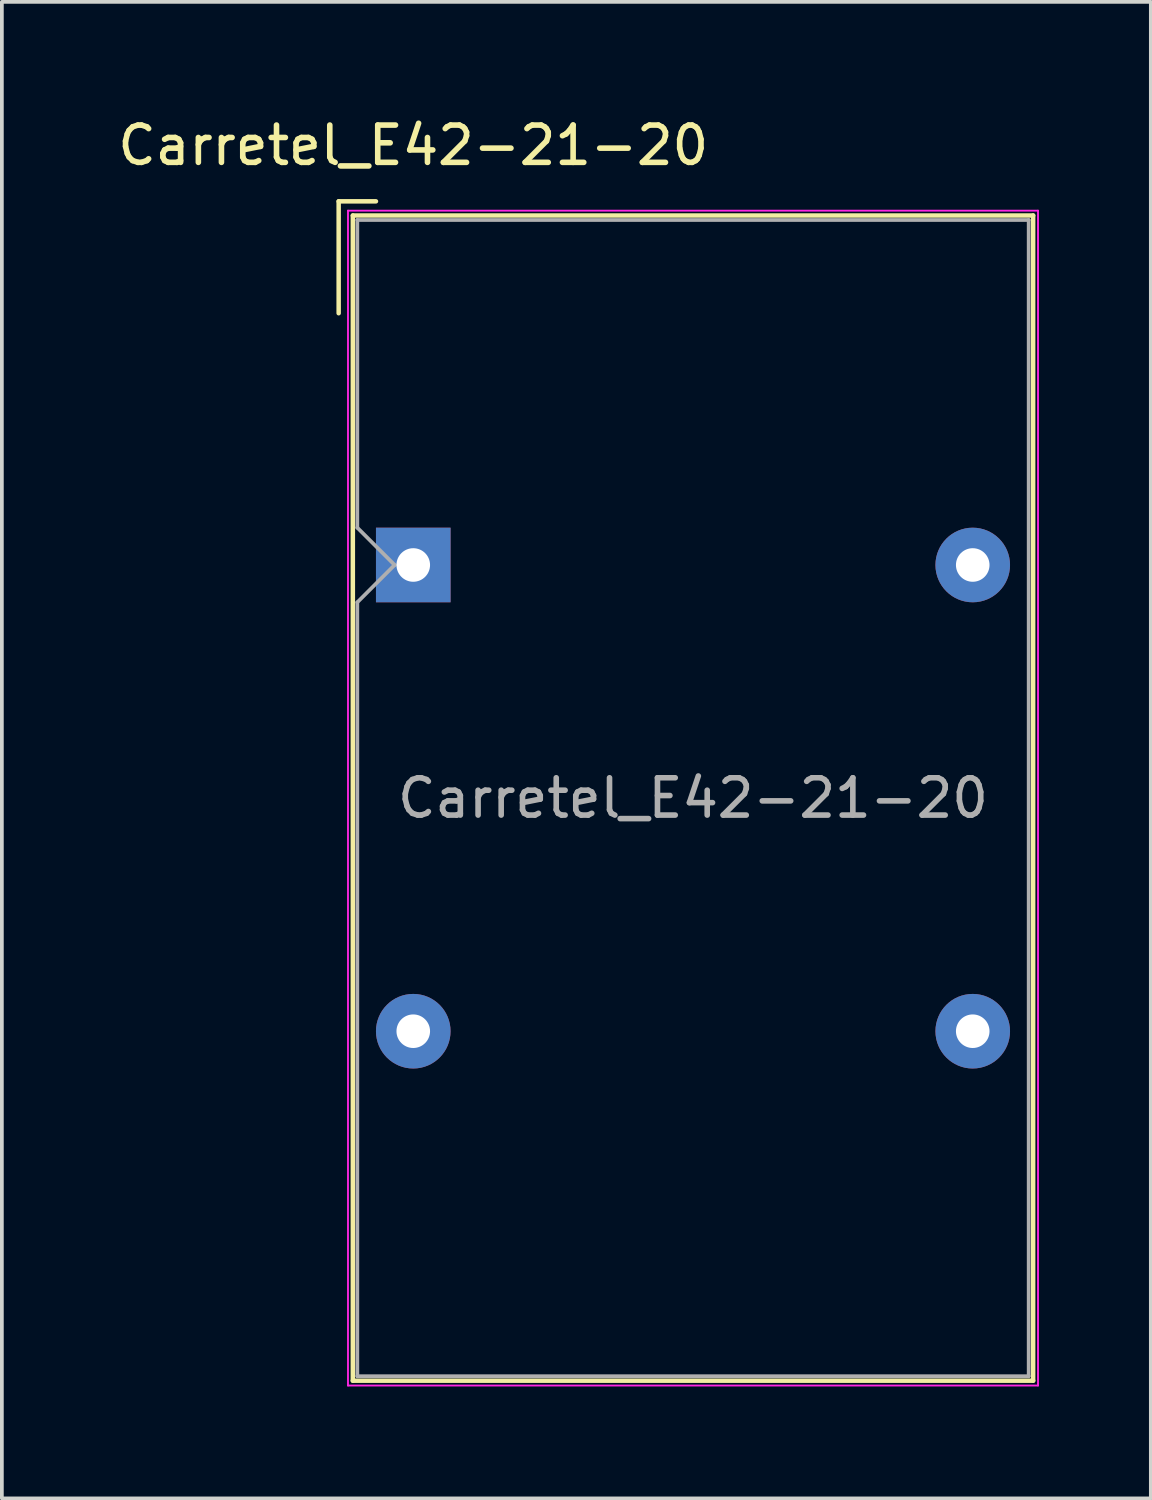
<source format=kicad_pcb>
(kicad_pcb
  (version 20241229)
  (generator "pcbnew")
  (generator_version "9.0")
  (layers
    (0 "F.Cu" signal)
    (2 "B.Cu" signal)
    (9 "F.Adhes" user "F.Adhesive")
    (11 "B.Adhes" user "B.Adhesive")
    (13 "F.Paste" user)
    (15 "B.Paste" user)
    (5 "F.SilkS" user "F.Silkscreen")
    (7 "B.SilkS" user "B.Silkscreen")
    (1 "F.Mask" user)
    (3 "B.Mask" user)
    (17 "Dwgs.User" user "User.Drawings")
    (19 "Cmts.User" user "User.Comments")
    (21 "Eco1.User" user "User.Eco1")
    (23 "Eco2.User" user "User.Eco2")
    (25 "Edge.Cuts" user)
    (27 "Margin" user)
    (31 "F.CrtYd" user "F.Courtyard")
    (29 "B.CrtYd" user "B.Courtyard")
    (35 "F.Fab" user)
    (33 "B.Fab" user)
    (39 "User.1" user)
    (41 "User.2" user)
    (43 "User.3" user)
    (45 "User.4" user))
  (footprint "Carretel_E42-21-20"
    (layer "F.Cu")
    (at 8.03 12.098)
    (property "Reference" "Carretel_E42-21-20" (at 0 -11.25 0) (layer "F.SilkS") (effects (font (size 1 1) (thickness 0.15))))
    (attr through_hole)
    (fp_line (start -2 -9.75) (end -2 -6.75) (stroke (width 0.12) (type solid)) (layer "F.SilkS"))
    (fp_line (start -2 -9.75) (end -1 -9.75) (stroke (width 0.12) (type solid)) (layer "F.SilkS"))
    (fp_line (start -1.62 -9.37) (end 16.62 -9.37) (stroke (width 0.12) (type solid)) (layer "F.SilkS"))
    (fp_line (start -1.62 21.87) (end -1.62 -9.37) (stroke (width 0.12) (type solid)) (layer "F.SilkS"))
    (fp_line (start 16.62 -9.37) (end 16.62 21.87) (stroke (width 0.12) (type solid)) (layer "F.SilkS"))
    (fp_line (start 16.62 21.87) (end -1.62 21.87) (stroke (width 0.12) (type solid)) (layer "F.SilkS"))
    (fp_line (start -1.75 -9.5) (end -1.75 22) (stroke (width 0.05) (type solid)) (layer "F.CrtYd"))
    (fp_line (start -1.75 22) (end 16.75 22) (stroke (width 0.05) (type solid)) (layer "F.CrtYd"))
    (fp_line (start 16.75 -9.5) (end -1.75 -9.5) (stroke (width 0.05) (type solid)) (layer "F.CrtYd"))
    (fp_line (start 16.75 22) (end 16.75 -9.5) (stroke (width 0.05) (type solid)) (layer "F.CrtYd"))
    (fp_line (start -1.5 -9.25) (end 16.5 -9.25) (stroke (width 0.1) (type solid)) (layer "F.Fab"))
    (fp_line (start -1.5 -1) (end -1.5 -9.25) (stroke (width 0.1) (type solid)) (layer "F.Fab"))
    (fp_line (start -1.5 1) (end -0.5 0) (stroke (width 0.1) (type solid)) (layer "F.Fab"))
    (fp_line (start -1.5 21.75) (end -1.5 1) (stroke (width 0.1) (type solid)) (layer "F.Fab"))
    (fp_line (start -0.5 0) (end -1.5 -1) (stroke (width 0.1) (type solid)) (layer "F.Fab"))
    (fp_line (start 16.5 -9.25) (end 16.5 21.75) (stroke (width 0.1) (type solid)) (layer "F.Fab"))
    (fp_line (start 16.5 21.75) (end -1.5 21.75) (stroke (width 0.1) (type solid)) (layer "F.Fab"))
    (fp_text user "${REFERENCE}" (at 7.5 6.25 0) (layer "F.Fab") (effects (font (size 1 1) (thickness 0.15))))
    (pad "1" thru_hole rect (at 0 0) (size 2 2) (drill 0.9) (layers "*.Cu" "*.Mask"))
    (pad "2" thru_hole circle (at 15 0) (size 2 2) (drill 0.9) (layers "*.Cu" "*.Mask"))
    (pad "3" thru_hole circle (at 0 12.5) (size 2 2) (drill 0.9) (layers "*.Cu" "*.Mask"))
    (pad "4" thru_hole circle (at 15 12.5) (size 2 2) (drill 0.9) (layers "*.Cu" "*.Mask")))
  (gr_rect
    (start -3 -3)
    (end 27.805 37.123)
    (stroke (width 0.1) (type default))
    (fill no)
    (layer "Edge.Cuts")))
</source>
